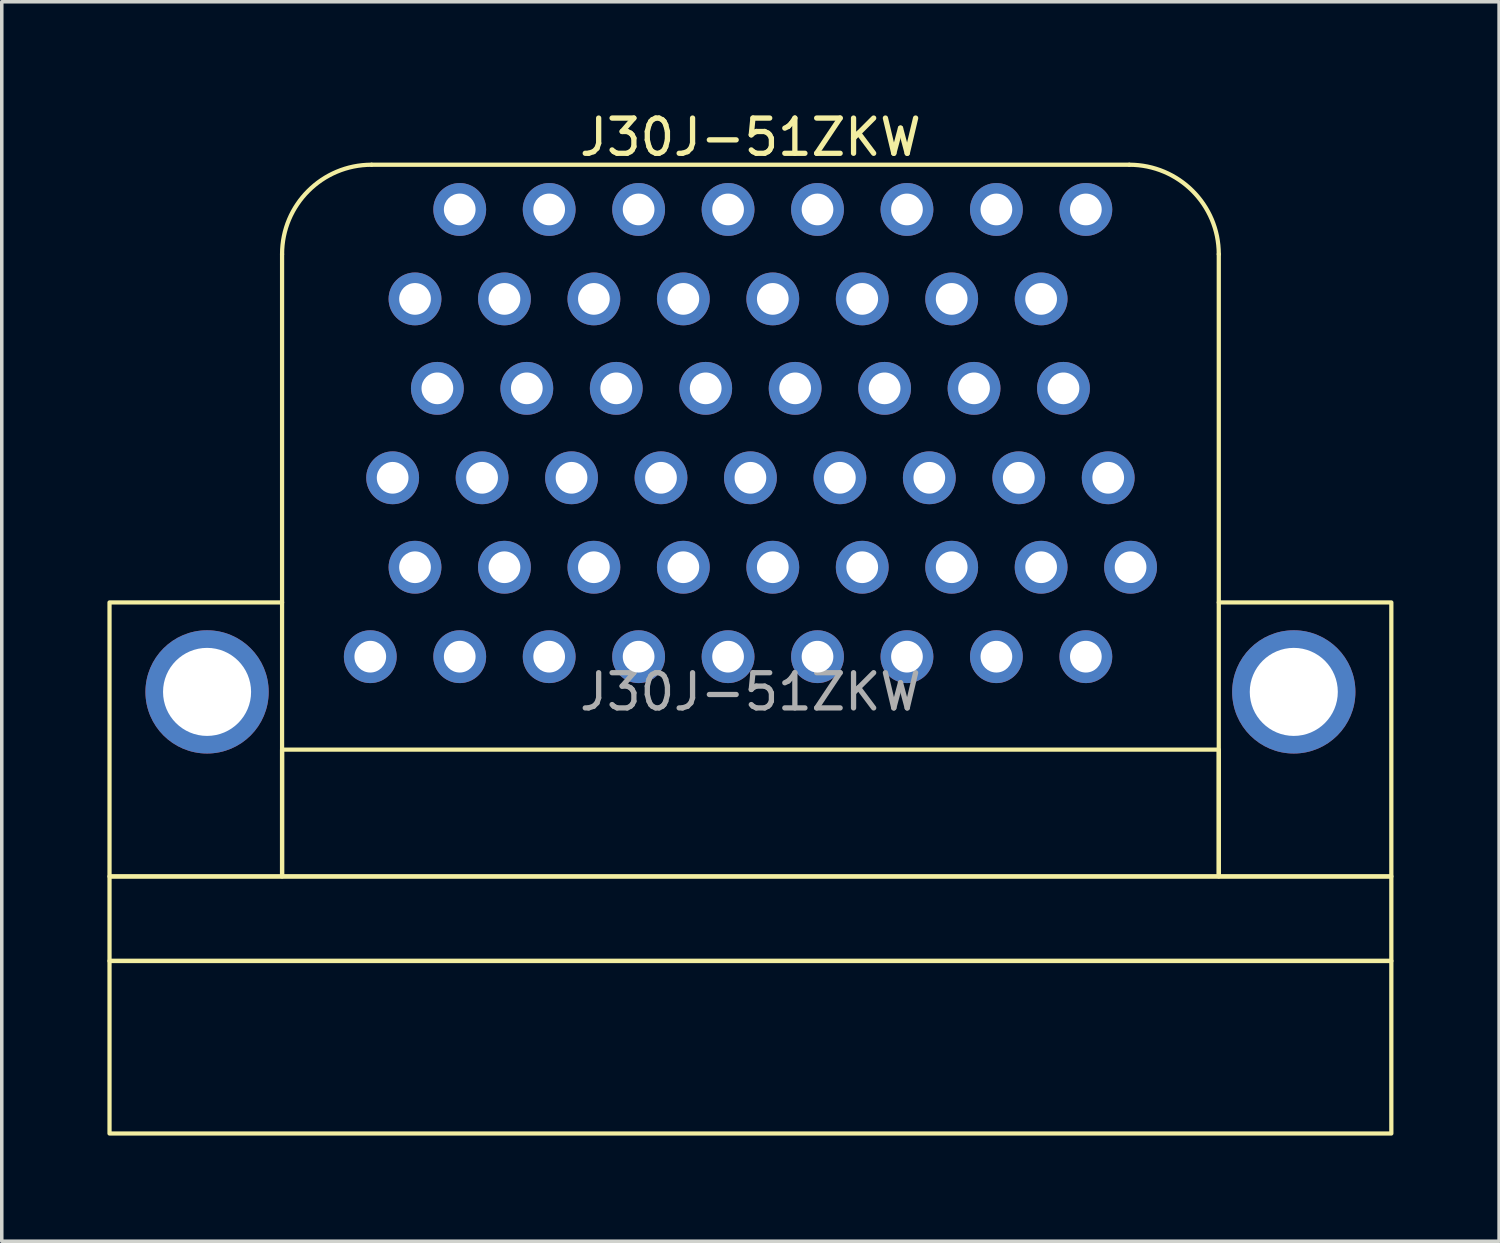
<source format=kicad_pcb>
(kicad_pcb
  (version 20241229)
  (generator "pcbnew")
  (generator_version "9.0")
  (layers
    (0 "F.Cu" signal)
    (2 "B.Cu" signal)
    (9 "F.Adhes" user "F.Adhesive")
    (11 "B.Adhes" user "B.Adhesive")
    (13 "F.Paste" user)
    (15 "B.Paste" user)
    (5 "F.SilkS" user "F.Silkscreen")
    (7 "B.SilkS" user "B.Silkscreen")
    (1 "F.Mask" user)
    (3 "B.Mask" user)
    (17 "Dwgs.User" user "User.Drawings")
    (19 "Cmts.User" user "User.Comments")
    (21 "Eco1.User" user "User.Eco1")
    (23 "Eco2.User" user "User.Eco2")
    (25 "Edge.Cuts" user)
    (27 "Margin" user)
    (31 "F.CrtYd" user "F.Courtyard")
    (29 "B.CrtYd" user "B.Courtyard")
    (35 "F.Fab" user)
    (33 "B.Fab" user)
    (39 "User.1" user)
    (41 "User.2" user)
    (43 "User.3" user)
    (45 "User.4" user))
  (footprint "J30J-51ZKW"
    (layer "F.Cu")
    (at 18.26 16.598)
    (property "Reference" "J30J-51ZKW" (at 0 -15.75 0) (unlocked yes) (layer "F.SilkS") (effects (font (size 1 1) (thickness 0.15))))
    (attr through_hole)
    (fp_line (start -13.3 -2.54) (end -13.3 -12.43) (stroke (width 0.12) (type solid)) (layer "F.SilkS"))
    (fp_line (start -10.76 -14.97) (end 10.76 -14.97) (stroke (width 0.12) (type solid)) (layer "F.SilkS"))
    (fp_line (start 13.3 -12.43) (end 13.3 -2.54) (stroke (width 0.12) (type solid)) (layer "F.SilkS"))
    (fp_rect (start -18.2 -2.54) (end -13.3 5.24) (stroke (width 0.12) (type solid)) (fill no) (layer "F.SilkS"))
    (fp_rect (start -18.2 5.24) (end 18.2 7.64) (stroke (width 0.12) (type solid)) (fill no) (layer "F.SilkS"))
    (fp_rect (start -18.2 7.64) (end 18.2 12.54) (stroke (width 0.12) (type solid)) (fill no) (layer "F.SilkS"))
    (fp_rect (start -13.3 1.64) (end 13.3 5.24) (stroke (width 0.12) (type solid)) (fill no) (layer "F.SilkS"))
    (fp_rect (start 13.3 -2.54) (end 18.2 5.24) (stroke (width 0.12) (type solid)) (fill no) (layer "F.SilkS"))
    (fp_arc (start -13.3 -12.43) (mid -12.556051 -14.226051) (end -10.76 -14.97) (stroke (width 0.12) (type solid)) (layer "F.SilkS"))
    (fp_arc (start 10.76 -14.97) (mid 12.556051 -14.226051) (end 13.3 -12.43) (stroke (width 0.12) (type solid)) (layer "F.SilkS"))
    (fp_text user "${REFERENCE}" (at 0 0 0) (unlocked yes) (layer "F.Fab") (effects (font (size 1 1) (thickness 0.15))))
    (pad "1" thru_hole circle (at -10.795 -1) (size 1.5 1.5) (drill 0.9) (layers "*.Cu" "*.Mask") (remove_unused_layers yes) (keep_end_layers yes) (zone_layer_connections))
    (pad "2" thru_hole circle (at -9.525 -3.54) (size 1.5 1.5) (drill 0.9) (layers "*.Cu" "*.Mask") (remove_unused_layers yes) (keep_end_layers yes) (zone_layer_connections))
    (pad "3" thru_hole circle (at -8.255 -1) (size 1.5 1.5) (drill 0.9) (layers "*.Cu" "*.Mask") (remove_unused_layers yes) (keep_end_layers yes) (zone_layer_connections))
    (pad "4" thru_hole circle (at -6.985 -3.54) (size 1.5 1.5) (drill 0.9) (layers "*.Cu" "*.Mask") (remove_unused_layers yes) (keep_end_layers yes) (zone_layer_connections))
    (pad "5" thru_hole circle (at -5.715 -1) (size 1.5 1.5) (drill 0.9) (layers "*.Cu" "*.Mask") (remove_unused_layers yes) (keep_end_layers yes) (zone_layer_connections))
    (pad "6" thru_hole circle (at -4.445 -3.54) (size 1.5 1.5) (drill 0.9) (layers "*.Cu" "*.Mask") (remove_unused_layers yes) (keep_end_layers yes) (zone_layer_connections))
    (pad "7" thru_hole circle (at -3.175 -1) (size 1.5 1.5) (drill 0.9) (layers "*.Cu" "*.Mask") (remove_unused_layers yes) (keep_end_layers yes) (zone_layer_connections))
    (pad "8" thru_hole circle (at -1.905 -3.54) (size 1.5 1.5) (drill 0.9) (layers "*.Cu" "*.Mask") (remove_unused_layers yes) (keep_end_layers yes) (zone_layer_connections))
    (pad "9" thru_hole circle (at -0.635 -1) (size 1.5 1.5) (drill 0.9) (layers "*.Cu" "*.Mask") (remove_unused_layers yes) (keep_end_layers yes) (zone_layer_connections))
    (pad "10" thru_hole circle (at 0.635 -3.54) (size 1.5 1.5) (drill 0.9) (layers "*.Cu" "*.Mask") (remove_unused_layers yes) (keep_end_layers yes) (zone_layer_connections))
    (pad "11" thru_hole circle (at 1.905 -1) (size 1.5 1.5) (drill 0.9) (layers "*.Cu" "*.Mask") (remove_unused_layers yes) (keep_end_layers yes) (zone_layer_connections))
    (pad "12" thru_hole circle (at 3.175 -3.54) (size 1.5 1.5) (drill 0.9) (layers "*.Cu" "*.Mask") (remove_unused_layers yes) (keep_end_layers yes) (zone_layer_connections))
    (pad "13" thru_hole circle (at 4.445 -1) (size 1.5 1.5) (drill 0.9) (layers "*.Cu" "*.Mask") (remove_unused_layers yes) (keep_end_layers yes) (zone_layer_connections))
    (pad "14" thru_hole circle (at 5.715 -3.54) (size 1.5 1.5) (drill 0.9) (layers "*.Cu" "*.Mask") (remove_unused_layers yes) (keep_end_layers yes) (zone_layer_connections))
    (pad "15" thru_hole circle (at 6.985 -1) (size 1.5 1.5) (drill 0.9) (layers "*.Cu" "*.Mask") (remove_unused_layers yes) (keep_end_layers yes) (zone_layer_connections))
    (pad "16" thru_hole circle (at 8.255 -3.54) (size 1.5 1.5) (drill 0.9) (layers "*.Cu" "*.Mask") (remove_unused_layers yes) (keep_end_layers yes) (zone_layer_connections))
    (pad "17" thru_hole circle (at 9.525 -1) (size 1.5 1.5) (drill 0.9) (layers "*.Cu" "*.Mask") (remove_unused_layers yes) (keep_end_layers yes) (zone_layer_connections))
    (pad "18" thru_hole circle (at 10.795 -3.54) (size 1.5 1.5) (drill 0.9) (layers "*.Cu" "*.Mask") (remove_unused_layers yes) (keep_end_layers yes) (zone_layer_connections))
    (pad "19" thru_hole circle (at -10.16 -6.08) (size 1.5 1.5) (drill 0.9) (layers "*.Cu" "*.Mask") (remove_unused_layers yes) (keep_end_layers yes) (zone_layer_connections))
    (pad "20" thru_hole circle (at -8.89 -8.62) (size 1.5 1.5) (drill 0.9) (layers "*.Cu" "*.Mask") (remove_unused_layers yes) (keep_end_layers yes) (zone_layer_connections))
    (pad "21" thru_hole circle (at -7.62 -6.08) (size 1.5 1.5) (drill 0.9) (layers "*.Cu" "*.Mask") (remove_unused_layers yes) (keep_end_layers yes) (zone_layer_connections))
    (pad "22" thru_hole circle (at -6.35 -8.62) (size 1.5 1.5) (drill 0.9) (layers "*.Cu" "*.Mask") (remove_unused_layers yes) (keep_end_layers yes) (zone_layer_connections))
    (pad "23" thru_hole circle (at -5.08 -6.08) (size 1.5 1.5) (drill 0.9) (layers "*.Cu" "*.Mask") (remove_unused_layers yes) (keep_end_layers yes) (zone_layer_connections))
    (pad "24" thru_hole circle (at -3.81 -8.62) (size 1.5 1.5) (drill 0.9) (layers "*.Cu" "*.Mask") (remove_unused_layers yes) (keep_end_layers yes) (zone_layer_connections))
    (pad "25" thru_hole circle (at -2.54 -6.08) (size 1.5 1.5) (drill 0.9) (layers "*.Cu" "*.Mask") (remove_unused_layers yes) (keep_end_layers yes) (zone_layer_connections))
    (pad "26" thru_hole circle (at -1.27 -8.62) (size 1.5 1.5) (drill 0.9) (layers "*.Cu" "*.Mask") (remove_unused_layers yes) (keep_end_layers yes) (zone_layer_connections))
    (pad "27" thru_hole circle (at 0 -6.08) (size 1.5 1.5) (drill 0.9) (layers "*.Cu" "*.Mask") (remove_unused_layers yes) (keep_end_layers yes) (zone_layer_connections))
    (pad "28" thru_hole circle (at 1.27 -8.62) (size 1.5 1.5) (drill 0.9) (layers "*.Cu" "*.Mask") (remove_unused_layers yes) (keep_end_layers yes) (zone_layer_connections))
    (pad "29" thru_hole circle (at 2.54 -6.08) (size 1.5 1.5) (drill 0.9) (layers "*.Cu" "*.Mask") (remove_unused_layers yes) (keep_end_layers yes) (zone_layer_connections))
    (pad "30" thru_hole circle (at 3.81 -8.62) (size 1.5 1.5) (drill 0.9) (layers "*.Cu" "*.Mask") (remove_unused_layers yes) (keep_end_layers yes) (zone_layer_connections))
    (pad "31" thru_hole circle (at 5.08 -6.08) (size 1.5 1.5) (drill 0.9) (layers "*.Cu" "*.Mask") (remove_unused_layers yes) (keep_end_layers yes) (zone_layer_connections))
    (pad "32" thru_hole circle (at 6.35 -8.62) (size 1.5 1.5) (drill 0.9) (layers "*.Cu" "*.Mask") (remove_unused_layers yes) (keep_end_layers yes) (zone_layer_connections))
    (pad "33" thru_hole circle (at 7.62 -6.08) (size 1.5 1.5) (drill 0.9) (layers "*.Cu" "*.Mask") (remove_unused_layers yes) (keep_end_layers yes) (zone_layer_connections))
    (pad "34" thru_hole circle (at 8.89 -8.62) (size 1.5 1.5) (drill 0.9) (layers "*.Cu" "*.Mask") (remove_unused_layers yes) (keep_end_layers yes) (zone_layer_connections))
    (pad "35" thru_hole circle (at 10.16 -6.08) (size 1.5 1.5) (drill 0.9) (layers "*.Cu" "*.Mask") (remove_unused_layers yes) (keep_end_layers yes) (zone_layer_connections))
    (pad "36" thru_hole circle (at -9.525 -11.16) (size 1.5 1.5) (drill 0.9) (layers "*.Cu" "*.Mask") (remove_unused_layers yes) (keep_end_layers yes) (zone_layer_connections))
    (pad "37" thru_hole circle (at -8.255 -13.7) (size 1.5 1.5) (drill 0.9) (layers "*.Cu" "*.Mask") (remove_unused_layers yes) (keep_end_layers yes) (zone_layer_connections))
    (pad "38" thru_hole circle (at -6.985 -11.16) (size 1.5 1.5) (drill 0.9) (layers "*.Cu" "*.Mask") (remove_unused_layers yes) (keep_end_layers yes) (zone_layer_connections))
    (pad "39" thru_hole circle (at -5.715 -13.7) (size 1.5 1.5) (drill 0.9) (layers "*.Cu" "*.Mask") (remove_unused_layers yes) (keep_end_layers yes) (zone_layer_connections))
    (pad "40" thru_hole circle (at -4.445 -11.16) (size 1.5 1.5) (drill 0.9) (layers "*.Cu" "*.Mask") (remove_unused_layers yes) (keep_end_layers yes) (zone_layer_connections))
    (pad "41" thru_hole circle (at -3.175 -13.7) (size 1.5 1.5) (drill 0.9) (layers "*.Cu" "*.Mask") (remove_unused_layers yes) (keep_end_layers yes) (zone_layer_connections))
    (pad "42" thru_hole circle (at -1.905 -11.16) (size 1.5 1.5) (drill 0.9) (layers "*.Cu" "*.Mask") (remove_unused_layers yes) (keep_end_layers yes) (zone_layer_connections))
    (pad "43" thru_hole circle (at -0.635 -13.7) (size 1.5 1.5) (drill 0.9) (layers "*.Cu" "*.Mask") (remove_unused_layers yes) (keep_end_layers yes) (zone_layer_connections))
    (pad "44" thru_hole circle (at 0.635 -11.16) (size 1.5 1.5) (drill 0.9) (layers "*.Cu" "*.Mask") (remove_unused_layers yes) (keep_end_layers yes) (zone_layer_connections))
    (pad "45" thru_hole circle (at 1.905 -13.7) (size 1.5 1.5) (drill 0.9) (layers "*.Cu" "*.Mask") (remove_unused_layers yes) (keep_end_layers yes) (zone_layer_connections))
    (pad "46" thru_hole circle (at 3.175 -11.16) (size 1.5 1.5) (drill 0.9) (layers "*.Cu" "*.Mask") (remove_unused_layers yes) (keep_end_layers yes) (zone_layer_connections))
    (pad "47" thru_hole circle (at 4.445 -13.7) (size 1.5 1.5) (drill 0.9) (layers "*.Cu" "*.Mask") (remove_unused_layers yes) (keep_end_layers yes) (zone_layer_connections))
    (pad "48" thru_hole circle (at 5.715 -11.16) (size 1.5 1.5) (drill 0.9) (layers "*.Cu" "*.Mask") (remove_unused_layers yes) (keep_end_layers yes) (zone_layer_connections))
    (pad "49" thru_hole circle (at 6.985 -13.7) (size 1.5 1.5) (drill 0.9) (layers "*.Cu" "*.Mask") (remove_unused_layers yes) (keep_end_layers yes) (zone_layer_connections))
    (pad "50" thru_hole circle (at 8.255 -11.16) (size 1.5 1.5) (drill 0.9) (layers "*.Cu" "*.Mask") (remove_unused_layers yes) (keep_end_layers yes) (zone_layer_connections))
    (pad "51" thru_hole circle (at 9.525 -13.7) (size 1.5 1.5) (drill 0.9) (layers "*.Cu" "*.Mask") (remove_unused_layers yes) (keep_end_layers yes) (zone_layer_connections))
    (pad "MP1" thru_hole circle (at -15.43 0) (size 3.5 3.5) (drill 2.5) (layers "*.Cu" "*.Mask") (remove_unused_layers yes) (keep_end_layers yes) (zone_layer_connections))
    (pad "MP2" thru_hole circle (at 15.43 0) (size 3.5 3.5) (drill 2.5) (layers "*.Cu" "*.Mask") (remove_unused_layers yes) (keep_end_layers yes) (zone_layer_connections)))
  (gr_rect
    (start -3 -3)
    (end 39.52 32.198)
    (stroke (width 0.1) (type default))
    (fill no)
    (layer "Edge.Cuts")))
</source>
